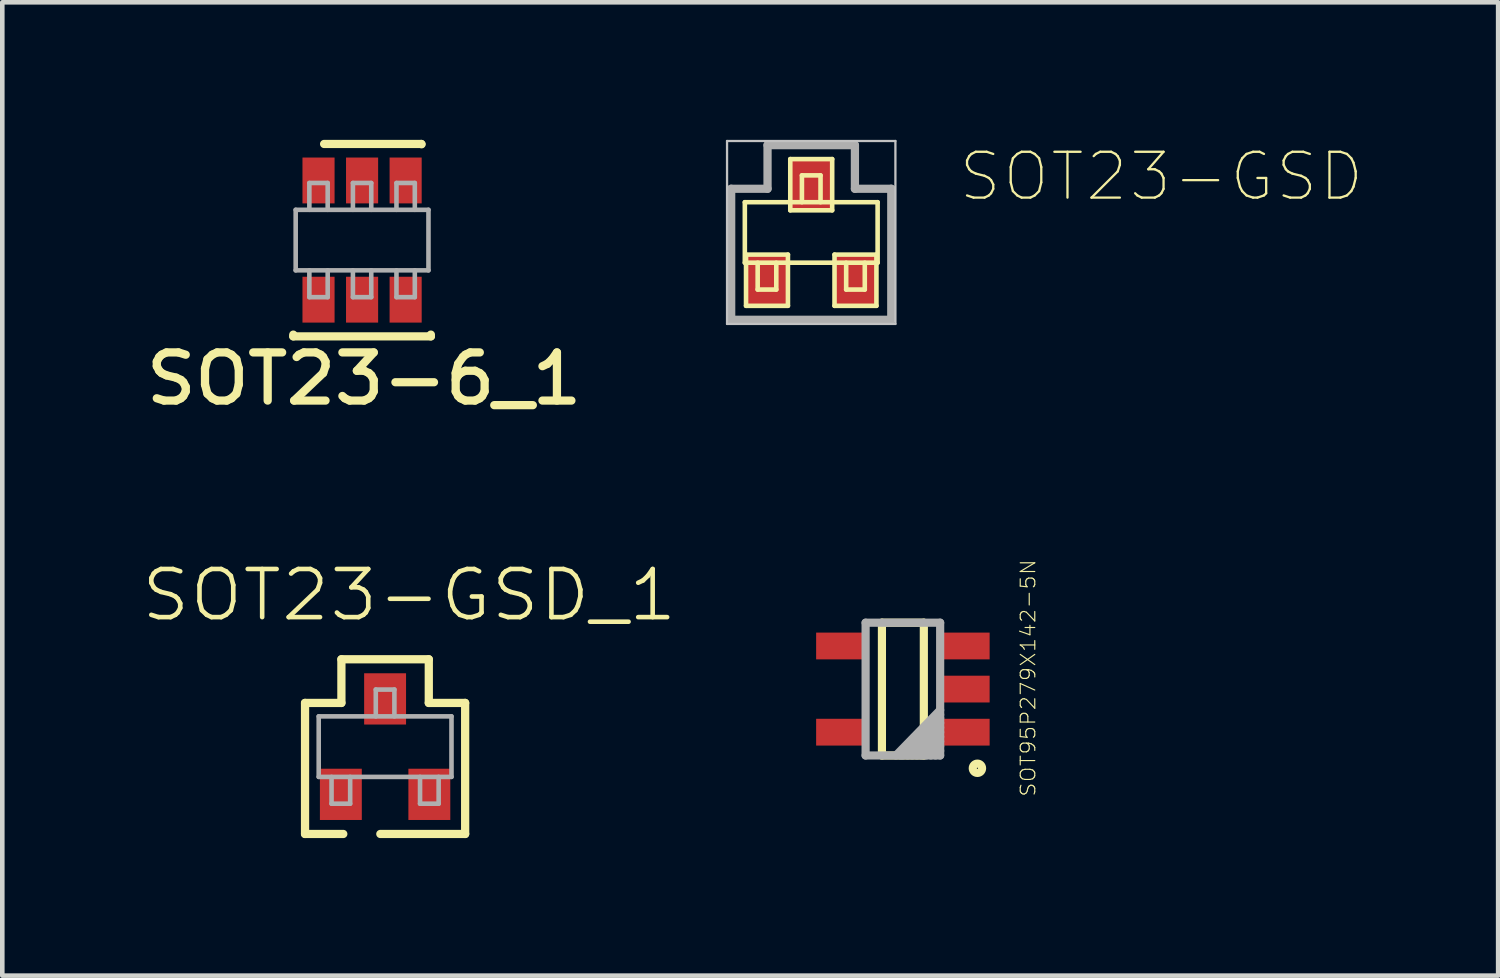
<source format=kicad_pcb>
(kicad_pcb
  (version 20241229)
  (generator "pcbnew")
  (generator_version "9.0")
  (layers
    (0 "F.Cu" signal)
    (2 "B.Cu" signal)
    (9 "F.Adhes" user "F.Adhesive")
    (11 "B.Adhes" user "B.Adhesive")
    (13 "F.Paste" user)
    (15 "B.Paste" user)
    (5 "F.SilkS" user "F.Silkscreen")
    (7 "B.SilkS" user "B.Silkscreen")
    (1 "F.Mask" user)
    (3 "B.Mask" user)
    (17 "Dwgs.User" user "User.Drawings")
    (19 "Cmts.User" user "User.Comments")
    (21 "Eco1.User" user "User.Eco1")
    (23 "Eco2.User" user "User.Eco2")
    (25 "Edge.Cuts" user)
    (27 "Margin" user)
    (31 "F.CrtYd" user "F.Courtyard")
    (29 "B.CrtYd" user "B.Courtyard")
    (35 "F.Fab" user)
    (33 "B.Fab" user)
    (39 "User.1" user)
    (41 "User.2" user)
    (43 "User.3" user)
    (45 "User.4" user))
  (footprint "SOT23-6_1"
    (layer "F.Cu")
    (at 4.847 2.186)
    (property "Reference" "SOT23-6_1" (at 0.044 3.024 0) (unlocked yes) (layer "F.SilkS") (effects (font (size 1.05 1.104) (thickness 0.18))))
    (attr smd)
    (fp_line (start -1.5 2.1) (end -1.5 2.062) (stroke (width 0.18) (type solid)) (layer "F.SilkS"))
    (fp_line (start -1.5 2.1) (end 1.5 2.1) (stroke (width 0.18) (type solid)) (layer "F.SilkS"))
    (fp_line (start -0.828 -2.096) (end 1.291 -2.096) (stroke (width 0.18) (type solid)) (layer "F.SilkS"))
    (fp_line (start 1.291 -2.096) (end 1.298 -2.09) (stroke (width 0.18) (type solid)) (layer "F.SilkS"))
    (fp_line (start 1.5 2.1) (end 1.5 2.062) (stroke (width 0.18) (type solid)) (layer "F.SilkS"))
    (fp_line (start -1.448 -0.66) (end 1.448 -0.66) (stroke (width 0.1) (type solid)) (layer "F.Fab"))
    (fp_line (start -1.448 0.66) (end -1.448 -0.66) (stroke (width 0.1) (type solid)) (layer "F.Fab"))
    (fp_line (start -1.448 0.66) (end 1.448 0.66) (stroke (width 0.1) (type solid)) (layer "F.Fab"))
    (fp_line (start -1.15 -1.245) (end -0.75 -1.245) (stroke (width 0.1) (type solid)) (layer "F.Fab"))
    (fp_line (start -1.15 -0.66) (end -1.15 -1.245) (stroke (width 0.1) (type solid)) (layer "F.Fab"))
    (fp_line (start -1.15 1.245) (end -1.15 0.66) (stroke (width 0.1) (type solid)) (layer "F.Fab"))
    (fp_line (start -1.15 1.245) (end -0.75 1.245) (stroke (width 0.1) (type solid)) (layer "F.Fab"))
    (fp_line (start -0.75 -0.66) (end -0.75 -1.245) (stroke (width 0.1) (type solid)) (layer "F.Fab"))
    (fp_line (start -0.75 1.245) (end -0.75 0.66) (stroke (width 0.1) (type solid)) (layer "F.Fab"))
    (fp_line (start -0.2 -1.245) (end 0.2 -1.245) (stroke (width 0.1) (type solid)) (layer "F.Fab"))
    (fp_line (start -0.2 -0.66) (end -0.2 -1.245) (stroke (width 0.1) (type solid)) (layer "F.Fab"))
    (fp_line (start -0.2 1.245) (end -0.2 0.66) (stroke (width 0.1) (type solid)) (layer "F.Fab"))
    (fp_line (start -0.2 1.245) (end 0.2 1.245) (stroke (width 0.1) (type solid)) (layer "F.Fab"))
    (fp_line (start 0.2 -0.66) (end 0.2 -1.245) (stroke (width 0.1) (type solid)) (layer "F.Fab"))
    (fp_line (start 0.2 1.245) (end 0.2 0.66) (stroke (width 0.1) (type solid)) (layer "F.Fab"))
    (fp_line (start 0.75 -1.245) (end 1.15 -1.245) (stroke (width 0.1) (type solid)) (layer "F.Fab"))
    (fp_line (start 0.75 -0.66) (end 0.75 -1.245) (stroke (width 0.1) (type solid)) (layer "F.Fab"))
    (fp_line (start 0.75 1.245) (end 0.75 0.66) (stroke (width 0.1) (type solid)) (layer "F.Fab"))
    (fp_line (start 0.75 1.245) (end 1.15 1.245) (stroke (width 0.1) (type solid)) (layer "F.Fab"))
    (fp_line (start 1.15 -0.66) (end 1.15 -1.245) (stroke (width 0.1) (type solid)) (layer "F.Fab"))
    (fp_line (start 1.15 1.245) (end 1.15 0.66) (stroke (width 0.1) (type solid)) (layer "F.Fab"))
    (fp_line (start 1.448 0.66) (end 1.448 -0.66) (stroke (width 0.1) (type solid)) (layer "F.Fab"))
    (fp_circle (center 0.953 -0.318) (end 1.202 -0.318) (stroke (width 0.00003) (type solid)) (fill no) (layer "F.Fab"))
    (pad "1" smd rect (at 0.95 -1.3) (size 0.7 1) (layers "F.Cu" "F.Mask" "F.Paste"))
    (pad "2" smd rect (at 0 -1.3) (size 0.7 1) (layers "F.Cu" "F.Mask" "F.Paste"))
    (pad "3" smd rect (at -0.95 -1.3) (size 0.7 1) (layers "F.Cu" "F.Mask" "F.Paste"))
    (pad "4" smd rect (at -0.95 1.3) (size 0.7 1) (layers "F.Cu" "F.Mask" "F.Paste"))
    (pad "5" smd rect (at 0 1.3) (size 0.7 1) (layers "F.Cu" "F.Mask" "F.Paste"))
    (pad "6" smd rect (at 0.95 1.3) (size 0.7 1) (layers "F.Cu" "F.Mask" "F.Paste")))
  (footprint "SOT23-GSD"
    (placed yes)
    (layer "F.Cu")
    (at 14.643 2.02)
    (property "Reference" "SOT23-GSD" (at 3.175 -0.635 180) (layer "F.SilkS") (effects (font (size 1 1) (thickness 0.05)) (justify left bottom)))
    (attr through_hole)
    (fp_line (start -1.448 -0.66) (end -1.448 0.66) (stroke (width 0.1) (type solid)) (layer "F.SilkS"))
    (fp_line (start -1.448 0.66) (end 1.448 0.66) (stroke (width 0.1) (type solid)) (layer "F.SilkS"))
    (fp_line (start -1.422 0.483) (end -0.508 0.483) (stroke (width 0.1) (type solid)) (layer "F.SilkS"))
    (fp_line (start -1.422 1.6) (end -1.422 0.483) (stroke (width 0.1) (type solid)) (layer "F.SilkS"))
    (fp_line (start -1.168 1.245) (end -1.168 0.66) (stroke (width 0.1) (type solid)) (layer "F.SilkS"))
    (fp_line (start -0.762 0.66) (end -0.762 1.245) (stroke (width 0.1) (type solid)) (layer "F.SilkS"))
    (fp_line (start -0.762 1.245) (end -1.168 1.245) (stroke (width 0.1) (type solid)) (layer "F.SilkS"))
    (fp_line (start -0.508 0.483) (end -0.508 1.6) (stroke (width 0.1) (type solid)) (layer "F.SilkS"))
    (fp_line (start -0.508 1.6) (end -1.422 1.6) (stroke (width 0.1) (type solid)) (layer "F.SilkS"))
    (fp_line (start -0.457 -1.6) (end 0.457 -1.6) (stroke (width 0.1) (type solid)) (layer "F.SilkS"))
    (fp_line (start -0.457 -0.483) (end -0.457 -1.6) (stroke (width 0.1) (type solid)) (layer "F.SilkS"))
    (fp_line (start -0.203 -1.245) (end 0.203 -1.245) (stroke (width 0.1) (type solid)) (layer "F.SilkS"))
    (fp_line (start -0.203 -0.66) (end -0.203 -1.245) (stroke (width 0.1) (type solid)) (layer "F.SilkS"))
    (fp_line (start 0.203 -1.245) (end 0.203 -0.66) (stroke (width 0.1) (type solid)) (layer "F.SilkS"))
    (fp_line (start 0.457 -1.6) (end 0.457 -0.483) (stroke (width 0.1) (type solid)) (layer "F.SilkS"))
    (fp_line (start 0.457 -0.483) (end -0.457 -0.483) (stroke (width 0.1) (type solid)) (layer "F.SilkS"))
    (fp_line (start 0.508 0.483) (end 1.422 0.483) (stroke (width 0.1) (type solid)) (layer "F.SilkS"))
    (fp_line (start 0.508 1.6) (end 0.508 0.483) (stroke (width 0.1) (type solid)) (layer "F.SilkS"))
    (fp_line (start 0.762 1.245) (end 0.762 0.66) (stroke (width 0.1) (type solid)) (layer "F.SilkS"))
    (fp_line (start 1.168 0.66) (end 1.168 1.245) (stroke (width 0.1) (type solid)) (layer "F.SilkS"))
    (fp_line (start 1.168 1.245) (end 0.762 1.245) (stroke (width 0.1) (type solid)) (layer "F.SilkS"))
    (fp_line (start 1.422 0.483) (end 1.422 1.6) (stroke (width 0.1) (type solid)) (layer "F.SilkS"))
    (fp_line (start 1.422 1.6) (end 0.508 1.6) (stroke (width 0.1) (type solid)) (layer "F.SilkS"))
    (fp_line (start 1.448 -0.66) (end -1.448 -0.66) (stroke (width 0.1) (type solid)) (layer "F.SilkS"))
    (fp_line (start 1.448 0.66) (end 1.448 -0.66) (stroke (width 0.1) (type solid)) (layer "F.SilkS"))
    (fp_line (start -1.836 -1.995) (end 1.836 -1.995) (stroke (width 0.05) (type solid)) (layer "Dwgs.User"))
    (fp_line (start -1.836 1.995) (end -1.836 -1.995) (stroke (width 0.05) (type solid)) (layer "Dwgs.User"))
    (fp_line (start 1.836 -1.995) (end 1.836 1.995) (stroke (width 0.05) (type solid)) (layer "Dwgs.User"))
    (fp_line (start 1.836 1.995) (end -1.836 1.995) (stroke (width 0.05) (type solid)) (layer "Dwgs.User"))
    (fp_line (start -1.746 -0.953) (end -1.746 1.905) (stroke (width 0.18) (type solid)) (layer "F.Fab"))
    (fp_line (start -1.746 1.905) (end 1.746 1.905) (stroke (width 0.18) (type solid)) (layer "F.Fab"))
    (fp_line (start -0.953 -1.905) (end -0.953 -0.953) (stroke (width 0.18) (type solid)) (layer "F.Fab"))
    (fp_line (start -0.953 -0.953) (end -1.746 -0.953) (stroke (width 0.18) (type solid)) (layer "F.Fab"))
    (fp_line (start 0.953 -1.905) (end -0.953 -1.905) (stroke (width 0.18) (type solid)) (layer "F.Fab"))
    (fp_line (start 0.953 -0.953) (end 0.953 -1.905) (stroke (width 0.18) (type solid)) (layer "F.Fab"))
    (fp_line (start 1.746 -0.953) (end 0.953 -0.953) (stroke (width 0.18) (type solid)) (layer "F.Fab"))
    (fp_line (start 1.746 1.905) (end 1.746 -0.953) (stroke (width 0.18) (type solid)) (layer "F.Fab"))
    (fp_poly (pts (xy -1.746 1.905) (xy -1.746 -0.953) (xy -0.953 -0.953) (xy -0.953 -1.905) (xy 0.953 -1.905) (xy 0.953 -0.953) (xy 1.746 -0.953) (xy 1.746 1.905) (xy -1.746 1.905)) (stroke (width 0.02) (type solid)) (fill no) (layer "F.Fab"))
    (pad "D" smd rect (at 0 -1.041) (size 0.914 1.118) (layers "F.Cu" "F.Mask" "F.Paste"))
    (pad "G" smd rect (at -0.965 1.041) (size 0.914 1.118) (layers "F.Cu" "F.Mask" "F.Paste"))
    (pad "S" smd rect (at 0.965 1.041) (size 0.914 1.118) (layers "F.Cu" "F.Mask" "F.Paste")))
  (footprint "SOT95P279X142-5N"
    (layer "F.Cu")
    (at 16.642 11.979)
    (property "Reference" "SOT95P279X142-5N" (at 2.731 -0.241 90) (unlocked yes) (layer "F.SilkS") (effects (font (size 0.317 0.333) (thickness 0.025))))
    (attr smd)
    (fp_line (start -0.457 -1.448) (end -0.457 1.448) (stroke (width 0.178) (type solid)) (layer "F.SilkS"))
    (fp_line (start 0.457 -1.448) (end -0.457 -1.448) (stroke (width 0.178) (type solid)) (layer "F.SilkS"))
    (fp_line (start 0.457 -1.448) (end 0.457 1.448) (stroke (width 0.178) (type solid)) (layer "F.SilkS"))
    (fp_line (start 0.457 1.448) (end -0.457 1.448) (stroke (width 0.178) (type solid)) (layer "F.SilkS"))
    (fp_arc (start 1.524 1.7272) (mid 1.7272 1.7272) (end 1.524 1.7272) (stroke (width 0.1778) (type solid)) (layer "F.SilkS"))
    (fp_line (start -0.813 -1.448) (end -0.813 1.448) (stroke (width 0.178) (type solid)) (layer "F.Fab"))
    (fp_line (start 0.813 -1.448) (end -0.813 -1.448) (stroke (width 0.178) (type solid)) (layer "F.Fab"))
    (fp_line (start 0.813 -1.448) (end 0.813 1.448) (stroke (width 0.178) (type solid)) (layer "F.Fab"))
    (fp_line (start 0.813 0.457) (end -0.152 1.448) (stroke (width 0.178) (type solid)) (layer "F.Fab"))
    (fp_line (start 0.813 0.559) (end -0.051 1.448) (stroke (width 0.178) (type solid)) (layer "F.Fab"))
    (fp_line (start 0.813 0.635) (end 0 1.448) (stroke (width 0.178) (type solid)) (layer "F.Fab"))
    (fp_line (start 0.813 0.737) (end 0.102 1.448) (stroke (width 0.178) (type solid)) (layer "F.Fab"))
    (fp_line (start 0.813 0.838) (end 0.203 1.448) (stroke (width 0.178) (type solid)) (layer "F.Fab"))
    (fp_line (start 0.813 0.94) (end 0.305 1.448) (stroke (width 0.178) (type solid)) (layer "F.Fab"))
    (fp_line (start 0.813 1.041) (end 0.406 1.448) (stroke (width 0.178) (type solid)) (layer "F.Fab"))
    (fp_line (start 0.813 1.143) (end 0.508 1.448) (stroke (width 0.178) (type solid)) (layer "F.Fab"))
    (fp_line (start 0.813 1.245) (end 0.61 1.448) (stroke (width 0.178) (type solid)) (layer "F.Fab"))
    (fp_line (start 0.813 1.346) (end 0.711 1.448) (stroke (width 0.178) (type solid)) (layer "F.Fab"))
    (fp_line (start 0.813 1.448) (end -0.813 1.448) (stroke (width 0.178) (type solid)) (layer "F.Fab"))
    (pad "1" smd rect (at 1.346 0.94) (size 1.092 0.584) (layers "F.Cu" "F.Mask" "F.Paste"))
    (pad "2" smd rect (at 1.346 0) (size 1.092 0.584) (layers "F.Cu" "F.Mask" "F.Paste"))
    (pad "3" smd rect (at 1.346 -0.94) (size 1.092 0.584) (layers "F.Cu" "F.Mask" "F.Paste"))
    (pad "4" smd rect (at -1.346 -0.94) (size 1.092 0.584) (layers "F.Cu" "F.Mask" "F.Paste"))
    (pad "5" smd rect (at -1.346 0.94) (size 1.092 0.584) (layers "F.Cu" "F.Mask" "F.Paste")))
  (footprint "SOT23-GSD_1"
    (layer "F.Cu")
    (at 5.349 13.234)
    (property "Reference" "SOT23-GSD_1" (at 0.526 -3.305 0) (unlocked yes) (layer "F.SilkS") (effects (font (size 1.05 1.104) (thickness 0.1))))
    (attr smd)
    (fp_line (start -1.746 -0.953) (end -0.953 -0.953) (stroke (width 0.18) (type solid)) (layer "F.SilkS"))
    (fp_line (start -1.746 1.905) (end -1.746 -0.953) (stroke (width 0.18) (type solid)) (layer "F.SilkS"))
    (fp_line (start -1.746 1.905) (end -0.912 1.905) (stroke (width 0.18) (type solid)) (layer "F.SilkS"))
    (fp_line (start -0.953 -1.905) (end 0.953 -1.905) (stroke (width 0.18) (type solid)) (layer "F.SilkS"))
    (fp_line (start -0.953 -0.953) (end -0.953 -1.905) (stroke (width 0.18) (type solid)) (layer "F.SilkS"))
    (fp_line (start -0.104 1.905) (end 1.746 1.905) (stroke (width 0.18) (type solid)) (layer "F.SilkS"))
    (fp_line (start 0.953 -0.953) (end 0.953 -1.905) (stroke (width 0.18) (type solid)) (layer "F.SilkS"))
    (fp_line (start 0.953 -0.953) (end 1.746 -0.953) (stroke (width 0.18) (type solid)) (layer "F.SilkS"))
    (fp_line (start 1.746 1.905) (end 1.746 -0.953) (stroke (width 0.18) (type solid)) (layer "F.SilkS"))
    (fp_line (start -1.448 -0.66) (end 1.448 -0.66) (stroke (width 0.1) (type solid)) (layer "F.Fab"))
    (fp_line (start -1.448 0.66) (end -1.448 -0.66) (stroke (width 0.1) (type solid)) (layer "F.Fab"))
    (fp_line (start -1.448 0.66) (end 1.448 0.66) (stroke (width 0.1) (type solid)) (layer "F.Fab"))
    (fp_line (start -1.168 1.245) (end -1.168 0.66) (stroke (width 0.1) (type solid)) (layer "F.Fab"))
    (fp_line (start -1.168 1.245) (end -0.762 1.245) (stroke (width 0.1) (type solid)) (layer "F.Fab"))
    (fp_line (start -0.762 1.245) (end -0.762 0.66) (stroke (width 0.1) (type solid)) (layer "F.Fab"))
    (fp_line (start -0.203 -1.245) (end 0.203 -1.245) (stroke (width 0.1) (type solid)) (layer "F.Fab"))
    (fp_line (start -0.203 -0.66) (end -0.203 -1.245) (stroke (width 0.1) (type solid)) (layer "F.Fab"))
    (fp_line (start 0.203 -0.66) (end 0.203 -1.245) (stroke (width 0.1) (type solid)) (layer "F.Fab"))
    (fp_line (start 0.762 1.245) (end 0.762 0.66) (stroke (width 0.1) (type solid)) (layer "F.Fab"))
    (fp_line (start 0.762 1.245) (end 1.168 1.245) (stroke (width 0.1) (type solid)) (layer "F.Fab"))
    (fp_line (start 1.168 1.245) (end 1.168 0.66) (stroke (width 0.1) (type solid)) (layer "F.Fab"))
    (fp_line (start 1.448 0.66) (end 1.448 -0.66) (stroke (width 0.1) (type solid)) (layer "F.Fab"))
    (pad "D" smd rect (at 0 -1.041) (size 0.914 1.118) (layers "F.Cu" "F.Mask" "F.Paste"))
    (pad "G" smd rect (at -0.965 1.041) (size 0.914 1.118) (layers "F.Cu" "F.Mask" "F.Paste"))
    (pad "S" smd rect (at 0.965 1.041) (size 0.914 1.118) (layers "F.Cu" "F.Mask" "F.Paste")))
  (gr_rect
    (start -3 -3)
    (end 29.625 18.229)
    (stroke (width 0.1) (type default))
    (fill no)
    (layer "Edge.Cuts")))
</source>
